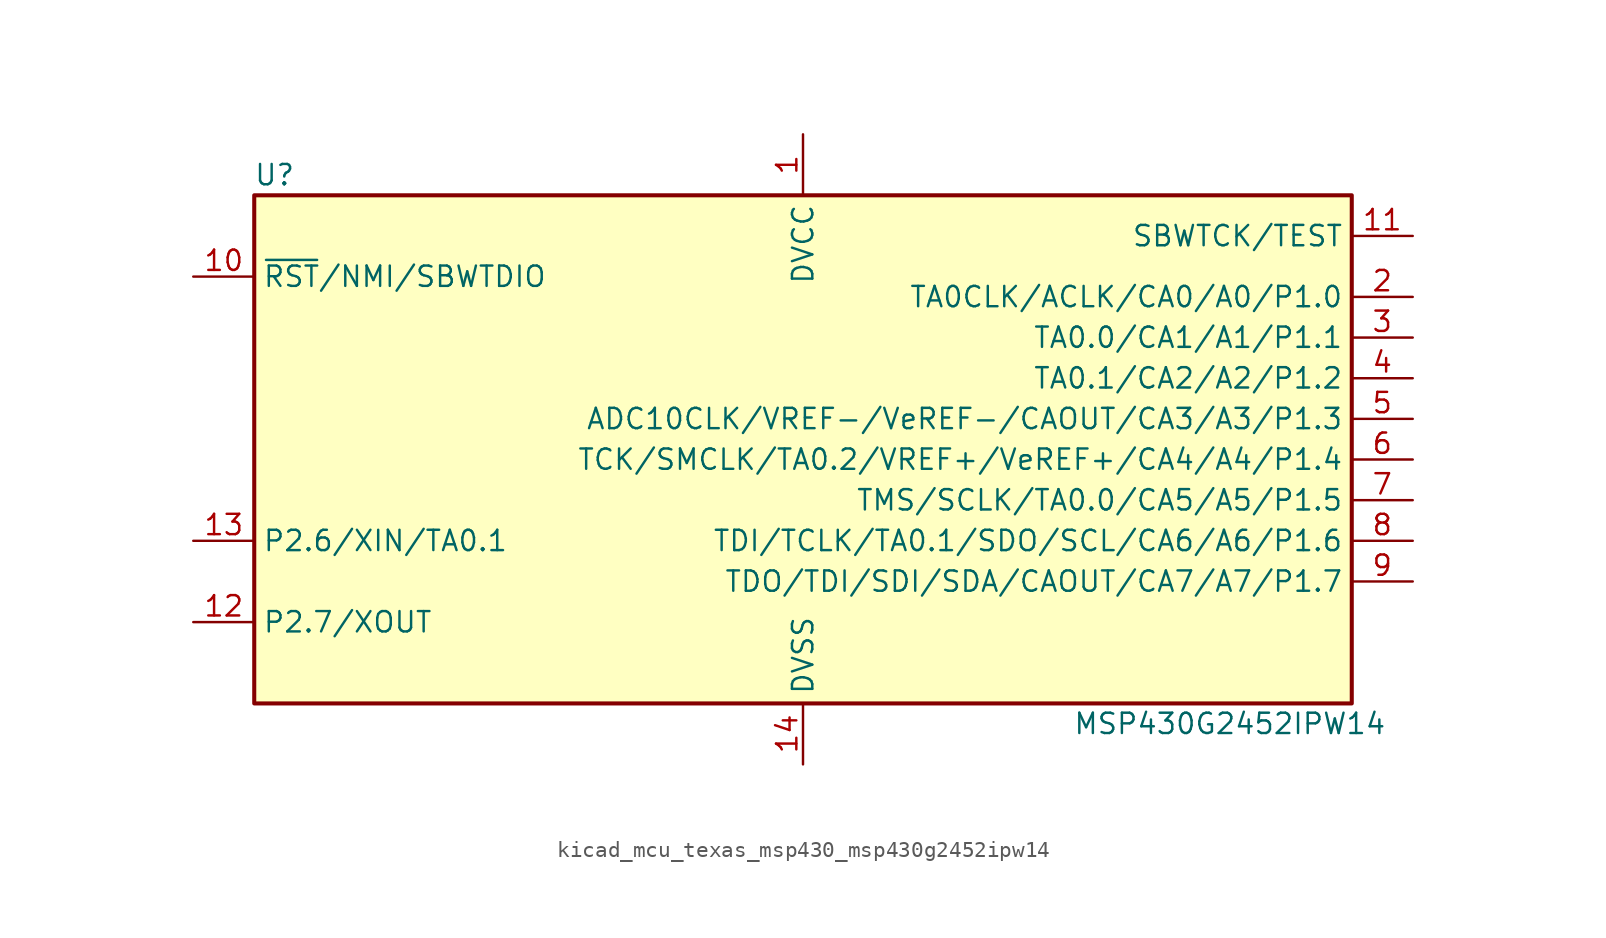
<source format=kicad_sym>
(kicad_symbol_lib
  (version 20220914)
  (generator kicad_symbol_editor)
  (symbol "kicad_mcu_texas_msp430_msp430g2452ipw14"
    (property "Reference" "U"
      (at -33.02 17.78 0)
      (effects (font (size 1.27 1.27))))
    (property "Value" "MSP430G2452IPW14"
      (at 26.67 -16.51 0)
      (effects (font (size 1.27 1.27))))
    (symbol "kicad_mcu_texas_msp430_msp430g2452ipw14_0_1"
      (rectangle (start -34.29 16.51) (end 34.29 -15.24) (stroke (width 0.254) (type default)) (fill (type background))))
    (symbol "kicad_mcu_texas_msp430_msp430g2452ipw14_1_1"
      (pin power_in line (at 0 20.32 270) (length 3.81) (name "DVCC" (effects (font (size 1.27 1.27)))) (number "1" (effects (font (size 1.27 1.27)))))
      (pin input line (at -38.1 11.43 0) (length 3.81) (name "~{RST}/NMI/SBWTDIO" (effects (font (size 1.27 1.27)))) (number "10" (effects (font (size 1.27 1.27)))))
      (pin input line (at 38.1 13.97 180) (length 3.81) (name "SBWTCK/TEST" (effects (font (size 1.27 1.27)))) (number "11" (effects (font (size 1.27 1.27)))))
      (pin bidirectional line (at -38.1 -10.16 0) (length 3.81) (name "P2.7/XOUT" (effects (font (size 1.27 1.27)))) (number "12" (effects (font (size 1.27 1.27)))))
      (pin bidirectional line (at -38.1 -5.08 0) (length 3.81) (name "P2.6/XIN/TA0.1" (effects (font (size 1.27 1.27)))) (number "13" (effects (font (size 1.27 1.27)))))
      (pin power_in line (at 0 -19.05 90) (length 3.81) (name "DVSS" (effects (font (size 1.27 1.27)))) (number "14" (effects (font (size 1.27 1.27)))))
      (pin bidirectional line (at 38.1 10.16 180) (length 3.81) (name "TA0CLK/ACLK/CA0/A0/P1.0" (effects (font (size 1.27 1.27)))) (number "2" (effects (font (size 1.27 1.27)))))
      (pin bidirectional line (at 38.1 7.62 180) (length 3.81) (name "TA0.0/CA1/A1/P1.1" (effects (font (size 1.27 1.27)))) (number "3" (effects (font (size 1.27 1.27)))))
      (pin bidirectional line (at 38.1 5.08 180) (length 3.81) (name "TA0.1/CA2/A2/P1.2" (effects (font (size 1.27 1.27)))) (number "4" (effects (font (size 1.27 1.27)))))
      (pin bidirectional line (at 38.1 2.54 180) (length 3.81) (name "ADC10CLK/VREF-/VeREF-/CAOUT/CA3/A3/P1.3" (effects (font (size 1.27 1.27)))) (number "5" (effects (font (size 1.27 1.27)))))
      (pin bidirectional line (at 38.1 0 180) (length 3.81) (name "TCK/SMCLK/TA0.2/VREF+/VeREF+/CA4/A4/P1.4" (effects (font (size 1.27 1.27)))) (number "6" (effects (font (size 1.27 1.27)))))
      (pin bidirectional line (at 38.1 -2.54 180) (length 3.81) (name "TMS/SCLK/TA0.0/CA5/A5/P1.5" (effects (font (size 1.27 1.27)))) (number "7" (effects (font (size 1.27 1.27)))))
      (pin bidirectional line (at 38.1 -5.08 180) (length 3.81) (name "TDI/TCLK/TA0.1/SDO/SCL/CA6/A6/P1.6" (effects (font (size 1.27 1.27)))) (number "8" (effects (font (size 1.27 1.27)))))
      (pin bidirectional line (at 38.1 -7.62 180) (length 3.81) (name "TDO/TDI/SDI/SDA/CAOUT/CA7/A7/P1.7" (effects (font (size 1.27 1.27)))) (number "9" (effects (font (size 1.27 1.27))))))))
</source>
